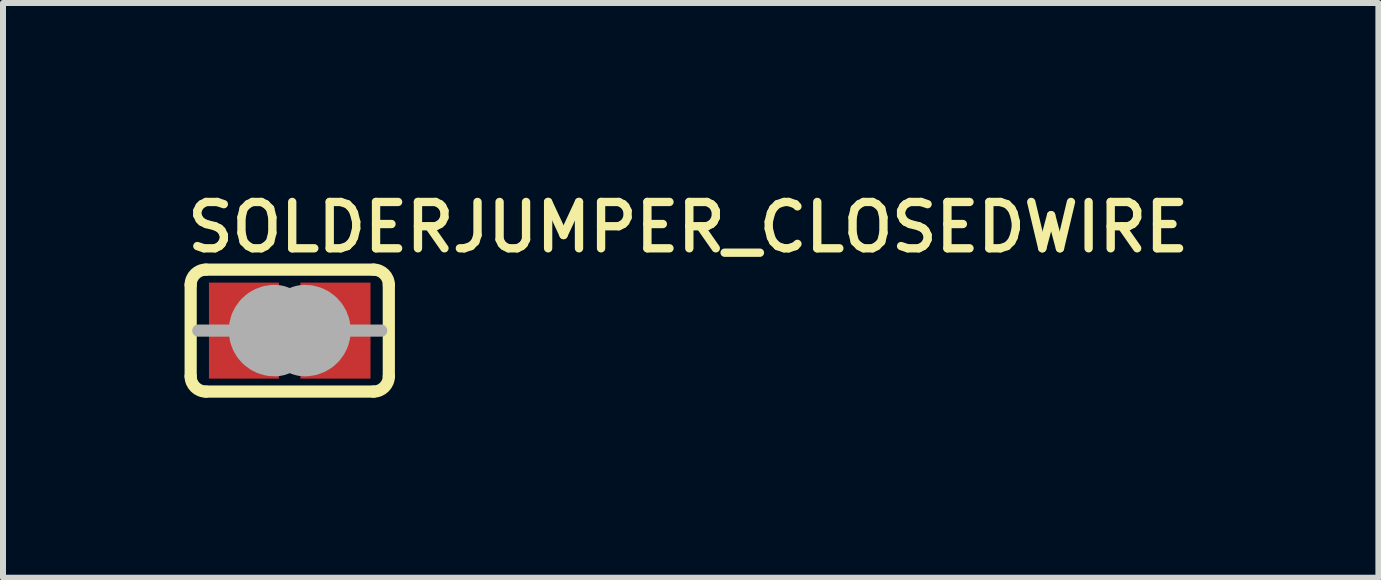
<source format=kicad_pcb>
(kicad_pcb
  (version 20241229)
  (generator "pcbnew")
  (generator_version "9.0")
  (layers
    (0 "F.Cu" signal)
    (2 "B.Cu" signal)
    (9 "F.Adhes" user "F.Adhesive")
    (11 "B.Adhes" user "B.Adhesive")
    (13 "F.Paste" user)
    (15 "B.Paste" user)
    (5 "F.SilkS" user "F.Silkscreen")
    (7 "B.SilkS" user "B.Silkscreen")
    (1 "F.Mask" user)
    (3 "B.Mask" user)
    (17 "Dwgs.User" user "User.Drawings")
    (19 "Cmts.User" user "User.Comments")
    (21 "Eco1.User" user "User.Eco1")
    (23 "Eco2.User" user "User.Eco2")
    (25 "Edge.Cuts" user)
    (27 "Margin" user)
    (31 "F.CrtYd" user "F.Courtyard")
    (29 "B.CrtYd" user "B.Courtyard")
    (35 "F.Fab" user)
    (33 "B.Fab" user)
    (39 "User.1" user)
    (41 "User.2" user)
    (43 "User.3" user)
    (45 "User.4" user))
  (footprint "SOLDERJUMPER_CLOSEDWIRE"
    (layer "F.Cu")
    (at 1.778 2.459)
    (property "Reference" "SOLDERJUMPER_CLOSEDWIRE" (at -1.778 -1.27 180) (layer "F.SilkS") (effects (font (size 0.772 0.772) (thickness 0.139)) (justify left bottom)))
    (attr through_hole)
    (fp_poly (pts (xy -1.27 -0.762) (xy 1.27 -0.762) (xy 1.27 0.762) (xy -1.27 0.762)) (stroke (width 0) (type solid)) (fill yes) (layer "F.Mask"))
    (fp_line (start -1.651 0.762) (end -1.651 -0.762) (stroke (width 0.203) (type solid)) (layer "F.SilkS"))
    (fp_line (start -1.397 -1.016) (end 1.397 -1.016) (stroke (width 0.203) (type solid)) (layer "F.SilkS"))
    (fp_line (start 1.397 1.016) (end -1.397 1.016) (stroke (width 0.203) (type solid)) (layer "F.SilkS"))
    (fp_line (start 1.651 0.762) (end 1.651 -0.762) (stroke (width 0.203) (type solid)) (layer "F.SilkS"))
    (fp_arc (start -1.651 -0.762) (mid -1.576605 -0.941605) (end -1.397 -1.016) (stroke (width 0.2032) (type solid)) (layer "F.SilkS"))
    (fp_arc (start -1.397 1.016) (mid -1.576605 0.941605) (end -1.651 0.762) (stroke (width 0.2032) (type solid)) (layer "F.SilkS"))
    (fp_arc (start 1.397 -1.016) (mid 1.576605 -0.941605) (end 1.651 -0.762) (stroke (width 0.2032) (type solid)) (layer "F.SilkS"))
    (fp_arc (start 1.651 0.762) (mid 1.576605 0.941605) (end 1.397 1.016) (stroke (width 0.2032) (type solid)) (layer "F.SilkS"))
    (fp_line (start -1.016 0) (end -1.524 0) (stroke (width 0.203) (type solid)) (layer "F.Fab"))
    (fp_line (start 1.016 0) (end 1.524 0) (stroke (width 0.203) (type solid)) (layer "F.Fab"))
    (fp_arc (start -0.254 0.127) (mid -0.381 0) (end -0.254 -0.127) (stroke (width 1.27) (type solid)) (layer "F.Fab"))
    (fp_arc (start 0.254 -0.127) (mid 0.381 0) (end 0.254 0.127) (stroke (width 1.27) (type solid)) (layer "F.Fab"))
    (pad "1" smd rect (at -0.762 0) (size 1.168 1.6) (layers "F.Cu" "F.Mask"))
    (pad "2" smd rect (at 0.762 0) (size 1.168 1.6) (layers "F.Cu" "F.Mask"))
    (pad "WIRE" smd rect (at 0 0 180) (size 0.635 0.203) (layers "F.Cu" "F.Mask")))
  (gr_rect
    (start -3 -3)
    (end 19.919 6.577)
    (stroke (width 0.1) (type default))
    (fill no)
    (layer "Edge.Cuts")))
</source>
